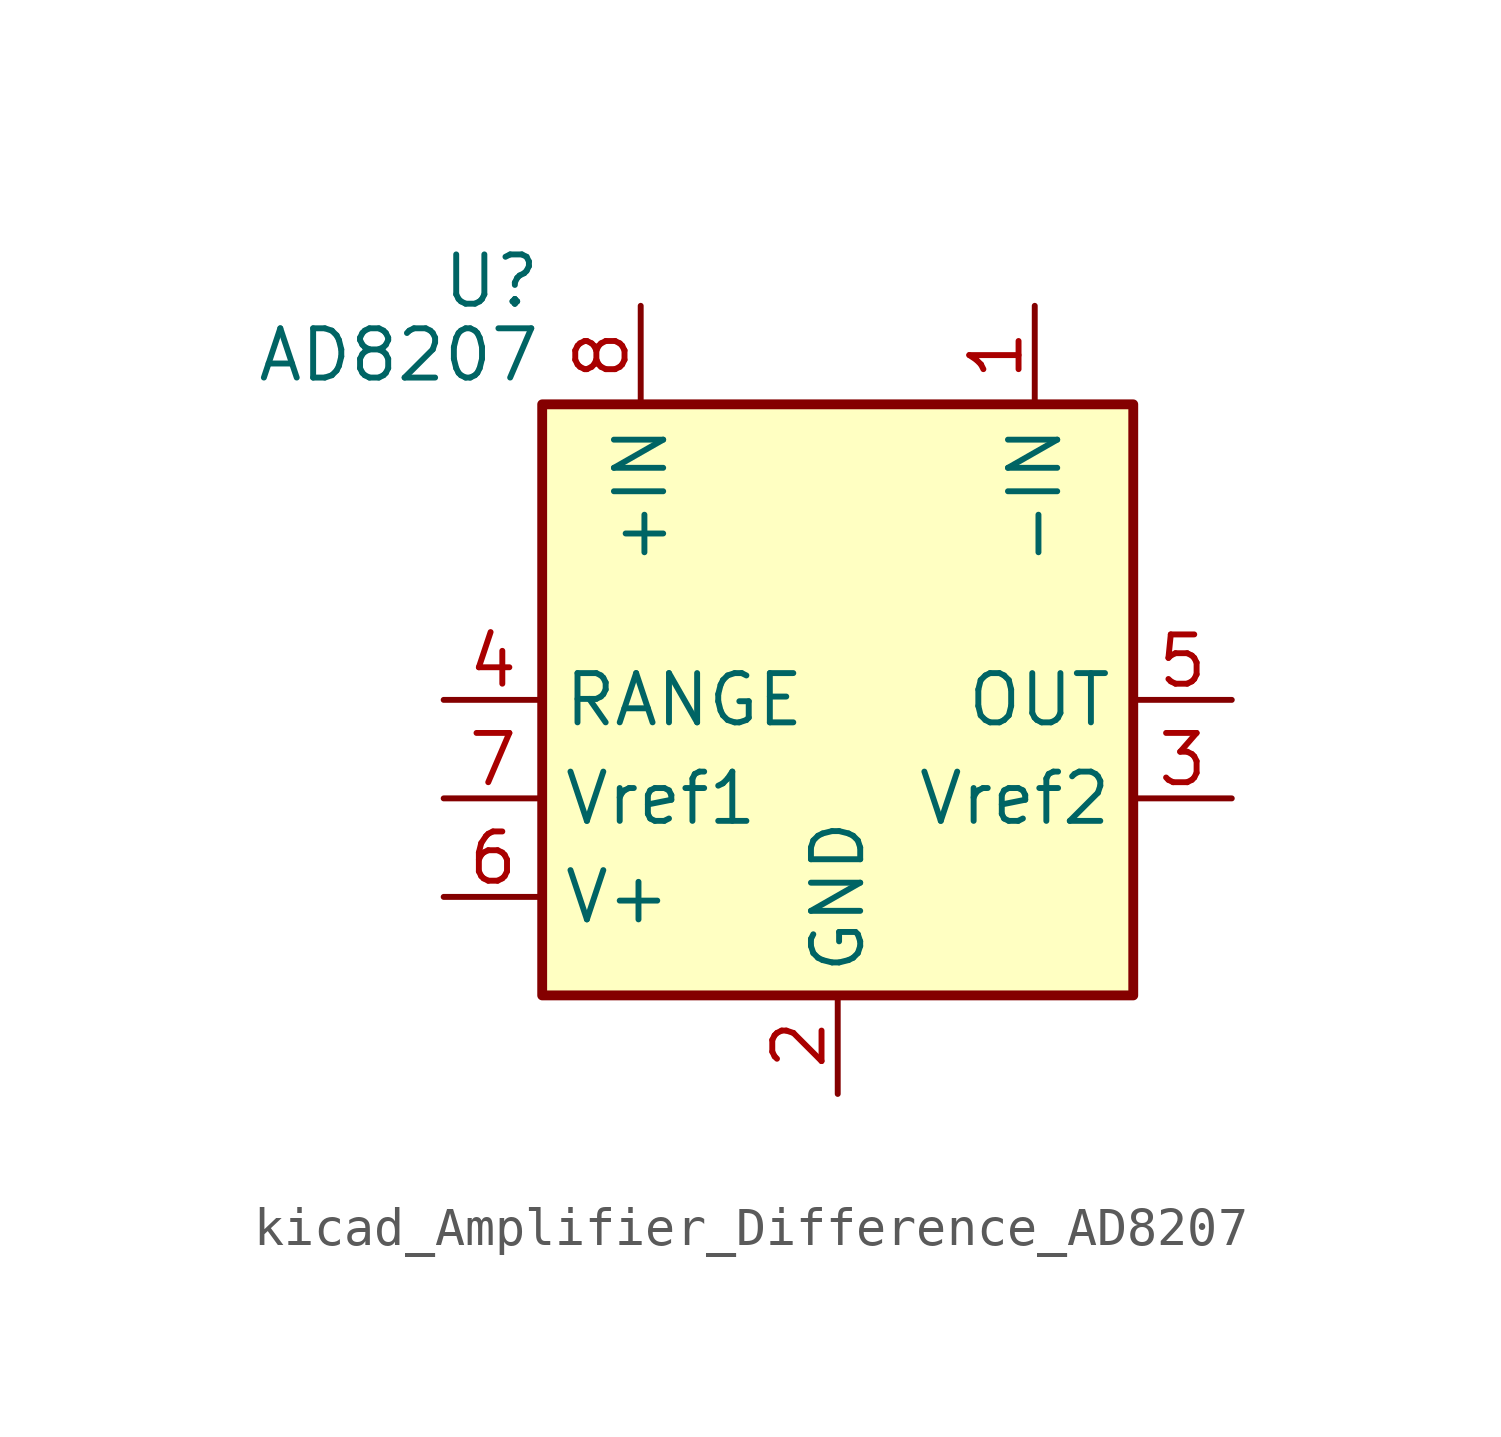
<source format=kicad_sym>
(kicad_symbol_lib
  (version 20220914)
  (generator kicad_symbol_editor)
  (symbol "kicad_Amplifier_Difference_AD8207"
    (property "Reference" "U"
      (at -7.62 10.795 0)
      (effects (font (size 1.27 1.27)) (justify right)))
    (property "Value" "AD8207"
      (at -7.62 8.89 0)
      (effects (font (size 1.27 1.27)) (justify right)))
    (symbol "kicad_Amplifier_Difference_AD8207_0_1"
      (rectangle (start -7.62 7.62) (end 7.62 -7.62) (stroke (width 0.254) (type default)) (fill (type background))))
    (symbol "kicad_Amplifier_Difference_AD8207_1_1"
      (pin input line (at 5.08 10.16 270) (length 2.54) (name "-IN" (effects (font (size 1.27 1.27)))) (number "1" (effects (font (size 1.27 1.27)))))
      (pin power_in line (at 0 -10.16 90) (length 2.54) (name "GND" (effects (font (size 1.27 1.27)))) (number "2" (effects (font (size 1.27 1.27)))))
      (pin input line (at 10.16 -2.54 180) (length 2.54) (name "Vref2" (effects (font (size 1.27 1.27)))) (number "3" (effects (font (size 1.27 1.27)))))
      (pin input line (at -10.16 0 0) (length 2.54) (name "RANGE" (effects (font (size 1.27 1.27)))) (number "4" (effects (font (size 1.27 1.27)))))
      (pin output line (at 10.16 0 180) (length 2.54) (name "OUT" (effects (font (size 1.27 1.27)))) (number "5" (effects (font (size 1.27 1.27)))))
      (pin power_in line (at -10.16 -5.08 0) (length 2.54) (name "V+" (effects (font (size 1.27 1.27)))) (number "6" (effects (font (size 1.27 1.27)))))
      (pin input line (at -10.16 -2.54 0) (length 2.54) (name "Vref1" (effects (font (size 1.27 1.27)))) (number "7" (effects (font (size 1.27 1.27)))))
      (pin input line (at -5.08 10.16 270) (length 2.54) (name "+IN" (effects (font (size 1.27 1.27)))) (number "8" (effects (font (size 1.27 1.27))))))))
</source>
